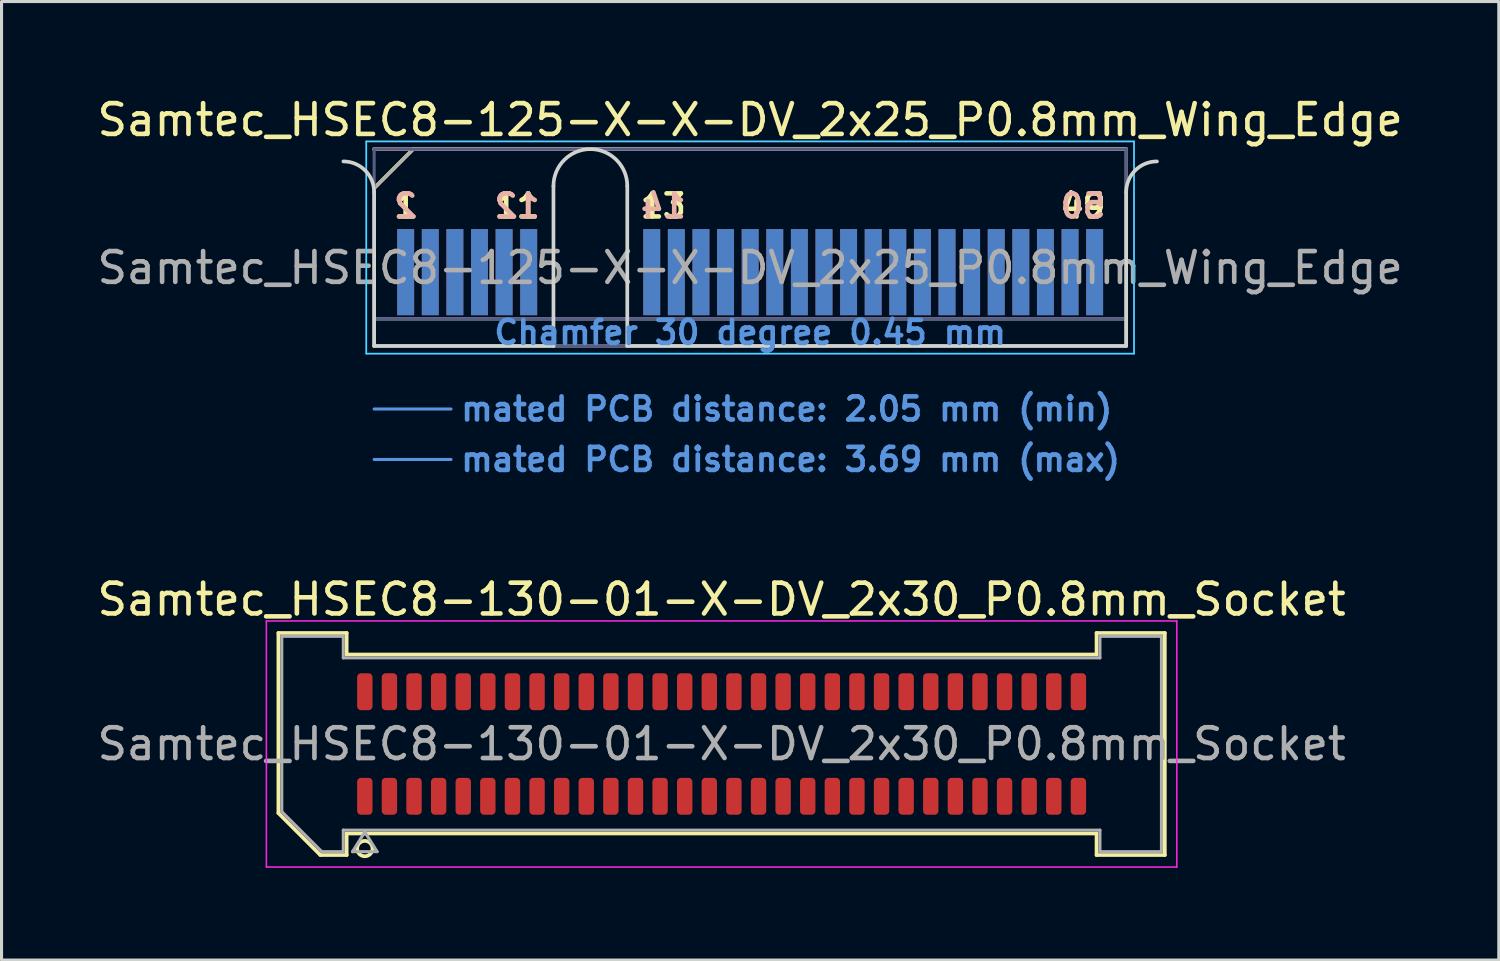
<source format=kicad_pcb>
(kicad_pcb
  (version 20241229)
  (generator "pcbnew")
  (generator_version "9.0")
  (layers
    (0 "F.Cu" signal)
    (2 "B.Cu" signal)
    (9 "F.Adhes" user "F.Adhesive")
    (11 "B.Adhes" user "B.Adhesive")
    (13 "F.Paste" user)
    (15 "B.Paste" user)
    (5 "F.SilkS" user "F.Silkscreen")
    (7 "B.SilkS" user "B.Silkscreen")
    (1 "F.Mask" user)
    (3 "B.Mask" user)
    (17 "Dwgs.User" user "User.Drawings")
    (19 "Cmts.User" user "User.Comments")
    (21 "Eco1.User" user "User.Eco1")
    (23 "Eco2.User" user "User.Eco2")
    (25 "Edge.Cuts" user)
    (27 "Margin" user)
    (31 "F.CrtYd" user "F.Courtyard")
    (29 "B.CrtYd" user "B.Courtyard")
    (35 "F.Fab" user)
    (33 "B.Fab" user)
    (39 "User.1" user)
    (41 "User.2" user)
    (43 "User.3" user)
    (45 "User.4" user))
  (footprint "Samtec_HSEC8-125-X-X-DV_2x25_P0.8mm_Wing_Edge"
    (layer "F.Cu")
    (at 21.339 8.198)
    (property "Reference" "Samtec_HSEC8-125-X-X-DV_2x25_P0.8mm_Wing_Edge" (at 0 -7.35 0) (layer "F.SilkS") (effects (font (size 1 1) (thickness 0.15))))
    (attr exclude_from_pos_files exclude_from_bom)
    (fp_line (start -12.225 -5.13) (end -10.955 -6.4) (stroke (width 0.12) (type solid)) (layer "F.SilkS"))
    (fp_line (start -10.955 -6.4) (end 12.225 -6.4) (stroke (width 0.12) (type solid)) (layer "F.SilkS"))
    (fp_line (start -12.225 -6.4) (end -12.225 -6.4) (stroke (width 0.12) (type solid)) (layer "B.SilkS"))
    (fp_line (start -12.225 -6.4) (end 12.225 -6.4) (stroke (width 0.12) (type solid)) (layer "B.SilkS"))
    (fp_line (start -12.225 2.05) (end -9.725 2.05) (stroke (width 0.1) (type solid)) (layer "Cmts.User"))
    (fp_line (start -12.225 3.69) (end -9.725 3.69) (stroke (width 0.1) (type solid)) (layer "Cmts.User"))
    (fp_line (start -12.225 -5) (end -12.225 0) (stroke (width 0.12) (type solid)) (layer "Edge.Cuts"))
    (fp_line (start -12.225 0) (end -6.395 0) (stroke (width 0.12) (type solid)) (layer "Edge.Cuts"))
    (fp_line (start -6.395 0) (end -6.395 -5.2) (stroke (width 0.12) (type solid)) (layer "Edge.Cuts"))
    (fp_line (start -3.995 -5.2) (end -3.995 0) (stroke (width 0.12) (type solid)) (layer "Edge.Cuts"))
    (fp_line (start -3.995 0) (end 12.225 0) (stroke (width 0.12) (type solid)) (layer "Edge.Cuts"))
    (fp_line (start 12.225 0) (end 12.225 -5) (stroke (width 0.12) (type solid)) (layer "Edge.Cuts"))
    (fp_arc (start -13.225 -6) (mid -12.517893 -5.707107) (end -12.225 -5) (stroke (width 0.12) (type solid)) (layer "Edge.Cuts"))
    (fp_arc (start -6.395 -5.2) (mid -5.195 -6.4) (end -3.995 -5.2) (stroke (width 0.12) (type solid)) (layer "Edge.Cuts"))
    (fp_arc (start 12.225 -5) (mid 12.517893 -5.707107) (end 13.225 -6) (stroke (width 0.12) (type solid)) (layer "Edge.Cuts"))
    (fp_line (start -12.48 -6.65) (end -12.48 0.25) (stroke (width 0.05) (type solid)) (layer "B.CrtYd"))
    (fp_line (start -12.48 0.25) (end 12.48 0.25) (stroke (width 0.05) (type solid)) (layer "B.CrtYd"))
    (fp_line (start 12.48 -6.65) (end -12.48 -6.65) (stroke (width 0.05) (type solid)) (layer "B.CrtYd"))
    (fp_line (start 12.48 0.25) (end 12.48 -6.65) (stroke (width 0.05) (type solid)) (layer "B.CrtYd"))
    (fp_line (start -12.48 -6.65) (end -12.48 0.25) (stroke (width 0.05) (type solid)) (layer "F.CrtYd"))
    (fp_line (start -12.48 0.25) (end 12.48 0.25) (stroke (width 0.05) (type solid)) (layer "F.CrtYd"))
    (fp_line (start 12.48 -6.65) (end -12.48 -6.65) (stroke (width 0.05) (type solid)) (layer "F.CrtYd"))
    (fp_line (start 12.48 0.25) (end 12.48 -6.65) (stroke (width 0.05) (type solid)) (layer "F.CrtYd"))
    (fp_line (start -12.225 -6.4) (end -12.225 -6.4) (stroke (width 0.1) (type solid)) (layer "B.Fab"))
    (fp_line (start -12.225 -6.4) (end -12.225 0) (stroke (width 0.1) (type solid)) (layer "B.Fab"))
    (fp_line (start -12.225 -6.4) (end 12.225 -6.4) (stroke (width 0.1) (type solid)) (layer "B.Fab"))
    (fp_line (start -12.225 -0.88) (end 12.225 -0.88) (stroke (width 0.1) (type solid)) (layer "B.Fab"))
    (fp_line (start -12.225 0) (end 12.225 0) (stroke (width 0.1) (type solid)) (layer "B.Fab"))
    (fp_line (start 12.225 -6.4) (end 12.225 0) (stroke (width 0.1) (type solid)) (layer "B.Fab"))
    (fp_line (start -12.225 -5.13) (end -12.225 0) (stroke (width 0.1) (type solid)) (layer "F.Fab"))
    (fp_line (start -12.225 -5.13) (end -10.955 -6.4) (stroke (width 0.1) (type solid)) (layer "F.Fab"))
    (fp_line (start -12.225 -0.88) (end 12.225 -0.88) (stroke (width 0.1) (type solid)) (layer "F.Fab"))
    (fp_line (start -12.225 0) (end 12.225 0) (stroke (width 0.1) (type solid)) (layer "F.Fab"))
    (fp_line (start -10.955 -6.4) (end 12.225 -6.4) (stroke (width 0.1) (type solid)) (layer "F.Fab"))
    (fp_line (start 12.225 -6.4) (end 12.225 0) (stroke (width 0.1) (type solid)) (layer "F.Fab"))
    (fp_text user "13" (at -2.825 -4.55 0) (layer "F.SilkS") (effects (font (size 0.75 0.75) (thickness 0.15))))
    (fp_text user "11" (at -7.575 -4.55 0) (layer "F.SilkS") (effects (font (size 0.75 0.75) (thickness 0.15))))
    (fp_text user "49" (at 10.825 -4.55 0) (layer "F.SilkS") (effects (font (size 0.75 0.75) (thickness 0.15))))
    (fp_text user "1" (at -11.2 -4.55 0) (layer "F.SilkS") (effects (font (size 0.75 0.75) (thickness 0.15))))
    (fp_text user "14" (at -2.825 -4.55 0) (layer "B.SilkS") (effects (font (size 0.75 0.75) (thickness 0.15)) (justify mirror)))
    (fp_text user "12" (at -7.575 -4.55 0) (layer "B.SilkS") (effects (font (size 0.75 0.75) (thickness 0.15)) (justify mirror)))
    (fp_text user "50" (at 10.825 -4.55 0) (layer "B.SilkS") (effects (font (size 0.75 0.75) (thickness 0.15)) (justify mirror)))
    (fp_text user "2" (at -11.2 -4.55 0) (layer "B.SilkS") (effects (font (size 0.75 0.75) (thickness 0.15)) (justify mirror)))
    (fp_text user "Chamfer 30 degree 0.45 mm" (at 0 -0.44 0) (layer "Cmts.User") (effects (font (size 0.75 0.75) (thickness 0.15))))
    (fp_text user "mated PCB distance: 3.69 mm (max)" (at -9.48 3.69 0) (layer "Cmts.User") (effects (font (size 0.75 0.75) (thickness 0.15)) (justify left)))
    (fp_text user "mated PCB distance: 2.05 mm (min)" (at -9.48 2.05 0) (layer "Cmts.User") (effects (font (size 0.75 0.75) (thickness 0.15)) (justify left)))
    (fp_text user "${REFERENCE}" (at 0 -2.54 0) (layer "F.Fab") (effects (font (size 1 1) (thickness 0.15))))
    (pad "1" connect rect (at -11.2 -2.4) (size 0.55 2.8) (layers "F.Cu" "F.Mask"))
    (pad "2" connect rect (at -11.2 -2.4) (size 0.55 2.8) (layers "B.Cu" "B.Mask"))
    (pad "3" connect rect (at -10.4 -2.4) (size 0.55 2.8) (layers "F.Cu" "F.Mask"))
    (pad "4" connect rect (at -10.4 -2.4) (size 0.55 2.8) (layers "B.Cu" "B.Mask"))
    (pad "5" connect rect (at -9.6 -2.4) (size 0.55 2.8) (layers "F.Cu" "F.Mask"))
    (pad "6" connect rect (at -9.6 -2.4) (size 0.55 2.8) (layers "B.Cu" "B.Mask"))
    (pad "7" connect rect (at -8.8 -2.4) (size 0.55 2.8) (layers "F.Cu" "F.Mask"))
    (pad "8" connect rect (at -8.8 -2.4) (size 0.55 2.8) (layers "B.Cu" "B.Mask"))
    (pad "9" connect rect (at -8 -2.4) (size 0.55 2.8) (layers "F.Cu" "F.Mask"))
    (pad "10" connect rect (at -8 -2.4) (size 0.55 2.8) (layers "B.Cu" "B.Mask"))
    (pad "11" connect rect (at -7.2 -2.4) (size 0.55 2.8) (layers "F.Cu" "F.Mask"))
    (pad "12" connect rect (at -7.2 -2.4) (size 0.55 2.8) (layers "B.Cu" "B.Mask"))
    (pad "13" connect rect (at -3.2 -2.4) (size 0.55 2.8) (layers "F.Cu" "F.Mask"))
    (pad "14" connect rect (at -3.2 -2.4) (size 0.55 2.8) (layers "B.Cu" "B.Mask"))
    (pad "15" connect rect (at -2.4 -2.4) (size 0.55 2.8) (layers "F.Cu" "F.Mask"))
    (pad "16" connect rect (at -2.4 -2.4) (size 0.55 2.8) (layers "B.Cu" "B.Mask"))
    (pad "17" connect rect (at -1.6 -2.4) (size 0.55 2.8) (layers "F.Cu" "F.Mask"))
    (pad "18" connect rect (at -1.6 -2.4) (size 0.55 2.8) (layers "B.Cu" "B.Mask"))
    (pad "19" connect rect (at -0.8 -2.4) (size 0.55 2.8) (layers "F.Cu" "F.Mask"))
    (pad "20" connect rect (at -0.8 -2.4) (size 0.55 2.8) (layers "B.Cu" "B.Mask"))
    (pad "21" connect rect (at 0 -2.4) (size 0.55 2.8) (layers "F.Cu" "F.Mask"))
    (pad "22" connect rect (at 0 -2.4) (size 0.55 2.8) (layers "B.Cu" "B.Mask"))
    (pad "23" connect rect (at 0.8 -2.4) (size 0.55 2.8) (layers "F.Cu" "F.Mask"))
    (pad "24" connect rect (at 0.8 -2.4) (size 0.55 2.8) (layers "B.Cu" "B.Mask"))
    (pad "25" connect rect (at 1.6 -2.4) (size 0.55 2.8) (layers "F.Cu" "F.Mask"))
    (pad "26" connect rect (at 1.6 -2.4) (size 0.55 2.8) (layers "B.Cu" "B.Mask"))
    (pad "27" connect rect (at 2.4 -2.4) (size 0.55 2.8) (layers "F.Cu" "F.Mask"))
    (pad "28" connect rect (at 2.4 -2.4) (size 0.55 2.8) (layers "B.Cu" "B.Mask"))
    (pad "29" connect rect (at 3.2 -2.4) (size 0.55 2.8) (layers "F.Cu" "F.Mask"))
    (pad "30" connect rect (at 3.2 -2.4) (size 0.55 2.8) (layers "B.Cu" "B.Mask"))
    (pad "31" connect rect (at 4 -2.4) (size 0.55 2.8) (layers "F.Cu" "F.Mask"))
    (pad "32" connect rect (at 4 -2.4) (size 0.55 2.8) (layers "B.Cu" "B.Mask"))
    (pad "33" connect rect (at 4.8 -2.4) (size 0.55 2.8) (layers "F.Cu" "F.Mask"))
    (pad "34" connect rect (at 4.8 -2.4) (size 0.55 2.8) (layers "B.Cu" "B.Mask"))
    (pad "35" connect rect (at 5.6 -2.4) (size 0.55 2.8) (layers "F.Cu" "F.Mask"))
    (pad "36" connect rect (at 5.6 -2.4) (size 0.55 2.8) (layers "B.Cu" "B.Mask"))
    (pad "37" connect rect (at 6.4 -2.4) (size 0.55 2.8) (layers "F.Cu" "F.Mask"))
    (pad "38" connect rect (at 6.4 -2.4) (size 0.55 2.8) (layers "B.Cu" "B.Mask"))
    (pad "39" connect rect (at 7.2 -2.4) (size 0.55 2.8) (layers "F.Cu" "F.Mask"))
    (pad "40" connect rect (at 7.2 -2.4) (size 0.55 2.8) (layers "B.Cu" "B.Mask"))
    (pad "41" connect rect (at 8 -2.4) (size 0.55 2.8) (layers "F.Cu" "F.Mask"))
    (pad "42" connect rect (at 8 -2.4) (size 0.55 2.8) (layers "B.Cu" "B.Mask"))
    (pad "43" connect rect (at 8.8 -2.4) (size 0.55 2.8) (layers "F.Cu" "F.Mask"))
    (pad "44" connect rect (at 8.8 -2.4) (size 0.55 2.8) (layers "B.Cu" "B.Mask"))
    (pad "45" connect rect (at 9.6 -2.4) (size 0.55 2.8) (layers "F.Cu" "F.Mask"))
    (pad "46" connect rect (at 9.6 -2.4) (size 0.55 2.8) (layers "B.Cu" "B.Mask"))
    (pad "47" connect rect (at 10.4 -2.4) (size 0.55 2.8) (layers "F.Cu" "F.Mask"))
    (pad "48" connect rect (at 10.4 -2.4) (size 0.55 2.8) (layers "B.Cu" "B.Mask"))
    (pad "49" connect rect (at 11.2 -2.4) (size 0.55 2.8) (layers "F.Cu" "F.Mask"))
    (pad "50" connect rect (at 11.2 -2.4) (size 0.55 2.8) (layers "B.Cu" "B.Mask")))
  (footprint "Samtec_HSEC8-130-01-X-DV_2x30_P0.8mm_Socket"
    (layer "F.Cu")
    (at 20.411 21.139)
    (property "Reference" "Samtec_HSEC8-130-01-X-DV_2x30_P0.8mm_Socket" (at 0 -4.7 0) (layer "F.SilkS") (effects (font (size 1 1) (thickness 0.15))))
    (attr smd)
    (fp_line (start -14.41 -3.61) (end -12.19 -3.61) (stroke (width 0.12) (type solid)) (layer "F.SilkS"))
    (fp_line (start -14.41 2.246) (end -14.41 -3.61) (stroke (width 0.12) (type solid)) (layer "F.SilkS"))
    (fp_line (start -13.046 3.61) (end -14.41 2.246) (stroke (width 0.12) (type solid)) (layer "F.SilkS"))
    (fp_line (start -12.19 -3.61) (end -12.19 -2.91) (stroke (width 0.12) (type solid)) (layer "F.SilkS"))
    (fp_line (start -12.19 -2.91) (end 12.19 -2.91) (stroke (width 0.12) (type solid)) (layer "F.SilkS"))
    (fp_line (start -12.19 2.91) (end -12.19 3.61) (stroke (width 0.12) (type solid)) (layer "F.SilkS"))
    (fp_line (start -12.19 3.61) (end -13.046 3.61) (stroke (width 0.12) (type solid)) (layer "F.SilkS"))
    (fp_line (start 12.19 -3.61) (end 14.41 -3.61) (stroke (width 0.12) (type solid)) (layer "F.SilkS"))
    (fp_line (start 12.19 -2.91) (end 12.19 -3.61) (stroke (width 0.12) (type solid)) (layer "F.SilkS"))
    (fp_line (start 12.19 2.91) (end -12.19 2.91) (stroke (width 0.12) (type solid)) (layer "F.SilkS"))
    (fp_line (start 12.19 3.61) (end 12.19 2.91) (stroke (width 0.12) (type solid)) (layer "F.SilkS"))
    (fp_line (start 14.41 -3.61) (end 14.41 3.61) (stroke (width 0.12) (type solid)) (layer "F.SilkS"))
    (fp_line (start 14.41 3.61) (end 12.19 3.61) (stroke (width 0.12) (type solid)) (layer "F.SilkS"))
    (fp_circle (center -11.6 3.4) (end -11.35 3.4) (stroke (width 0.12) (type solid)) (fill no) (layer "F.SilkS"))
    (fp_line (start -14.8 -4) (end -14.8 4) (stroke (width 0.05) (type solid)) (layer "F.CrtYd"))
    (fp_line (start -14.8 4) (end 14.8 4) (stroke (width 0.05) (type solid)) (layer "F.CrtYd"))
    (fp_line (start 14.8 -4) (end -14.8 -4) (stroke (width 0.05) (type solid)) (layer "F.CrtYd"))
    (fp_line (start 14.8 4) (end 14.8 -4) (stroke (width 0.05) (type solid)) (layer "F.CrtYd"))
    (fp_line (start -14.3 -3.5) (end -12.3 -3.5) (stroke (width 0.1) (type solid)) (layer "F.Fab"))
    (fp_line (start -14.3 2.2) (end -14.3 -3.5) (stroke (width 0.1) (type solid)) (layer "F.Fab"))
    (fp_line (start -13 3.5) (end -14.3 2.2) (stroke (width 0.1) (type solid)) (layer "F.Fab"))
    (fp_line (start -12.3 -3.5) (end -12.3 -2.8) (stroke (width 0.1) (type solid)) (layer "F.Fab"))
    (fp_line (start -12.3 -2.8) (end 12.3 -2.8) (stroke (width 0.1) (type solid)) (layer "F.Fab"))
    (fp_line (start -12.3 2.8) (end -12.3 3.5) (stroke (width 0.1) (type solid)) (layer "F.Fab"))
    (fp_line (start -12.3 3.5) (end -13 3.5) (stroke (width 0.1) (type solid)) (layer "F.Fab"))
    (fp_line (start -12 3.5) (end -11.6 2.86) (stroke (width 0.1) (type solid)) (layer "F.Fab"))
    (fp_line (start -11.6 2.86) (end -11.2 3.5) (stroke (width 0.1) (type solid)) (layer "F.Fab"))
    (fp_line (start -11.2 3.5) (end -12 3.5) (stroke (width 0.1) (type solid)) (layer "F.Fab"))
    (fp_line (start 12.3 -3.5) (end 14.3 -3.5) (stroke (width 0.1) (type solid)) (layer "F.Fab"))
    (fp_line (start 12.3 -2.8) (end 12.3 -3.5) (stroke (width 0.1) (type solid)) (layer "F.Fab"))
    (fp_line (start 12.3 2.8) (end -12.3 2.8) (stroke (width 0.1) (type solid)) (layer "F.Fab"))
    (fp_line (start 12.3 3.5) (end 12.3 2.8) (stroke (width 0.1) (type solid)) (layer "F.Fab"))
    (fp_line (start 14.3 -3.5) (end 14.3 3.5) (stroke (width 0.1) (type solid)) (layer "F.Fab"))
    (fp_line (start 14.3 3.5) (end 12.3 3.5) (stroke (width 0.1) (type solid)) (layer "F.Fab"))
    (fp_text user "${REFERENCE}" (at 0 0 0) (layer "F.Fab") (effects (font (size 1 1) (thickness 0.15))))
    (pad "1" smd roundrect (at -11.6 1.7) (size 0.5 1.2) (layers "F.Cu" "F.Mask" "F.Paste") (roundrect_rratio 0.25))
    (pad "2" smd roundrect (at -11.6 -1.7) (size 0.5 1.2) (layers "F.Cu" "F.Mask" "F.Paste") (roundrect_rratio 0.25))
    (pad "3" smd roundrect (at -10.8 1.7) (size 0.5 1.2) (layers "F.Cu" "F.Mask" "F.Paste") (roundrect_rratio 0.25))
    (pad "4" smd roundrect (at -10.8 -1.7) (size 0.5 1.2) (layers "F.Cu" "F.Mask" "F.Paste") (roundrect_rratio 0.25))
    (pad "5" smd roundrect (at -10 1.7) (size 0.5 1.2) (layers "F.Cu" "F.Mask" "F.Paste") (roundrect_rratio 0.25))
    (pad "6" smd roundrect (at -10 -1.7) (size 0.5 1.2) (layers "F.Cu" "F.Mask" "F.Paste") (roundrect_rratio 0.25))
    (pad "7" smd roundrect (at -9.2 1.7) (size 0.5 1.2) (layers "F.Cu" "F.Mask" "F.Paste") (roundrect_rratio 0.25))
    (pad "8" smd roundrect (at -9.2 -1.7) (size 0.5 1.2) (layers "F.Cu" "F.Mask" "F.Paste") (roundrect_rratio 0.25))
    (pad "9" smd roundrect (at -8.4 1.7) (size 0.5 1.2) (layers "F.Cu" "F.Mask" "F.Paste") (roundrect_rratio 0.25))
    (pad "10" smd roundrect (at -8.4 -1.7) (size 0.5 1.2) (layers "F.Cu" "F.Mask" "F.Paste") (roundrect_rratio 0.25))
    (pad "11" smd roundrect (at -7.6 1.7) (size 0.5 1.2) (layers "F.Cu" "F.Mask" "F.Paste") (roundrect_rratio 0.25))
    (pad "12" smd roundrect (at -7.6 -1.7) (size 0.5 1.2) (layers "F.Cu" "F.Mask" "F.Paste") (roundrect_rratio 0.25))
    (pad "13" smd roundrect (at -6.8 1.7) (size 0.5 1.2) (layers "F.Cu" "F.Mask" "F.Paste") (roundrect_rratio 0.25))
    (pad "14" smd roundrect (at -6.8 -1.7) (size 0.5 1.2) (layers "F.Cu" "F.Mask" "F.Paste") (roundrect_rratio 0.25))
    (pad "15" smd roundrect (at -6 1.7) (size 0.5 1.2) (layers "F.Cu" "F.Mask" "F.Paste") (roundrect_rratio 0.25))
    (pad "16" smd roundrect (at -6 -1.7) (size 0.5 1.2) (layers "F.Cu" "F.Mask" "F.Paste") (roundrect_rratio 0.25))
    (pad "17" smd roundrect (at -5.2 1.7) (size 0.5 1.2) (layers "F.Cu" "F.Mask" "F.Paste") (roundrect_rratio 0.25))
    (pad "18" smd roundrect (at -5.2 -1.7) (size 0.5 1.2) (layers "F.Cu" "F.Mask" "F.Paste") (roundrect_rratio 0.25))
    (pad "19" smd roundrect (at -4.4 1.7) (size 0.5 1.2) (layers "F.Cu" "F.Mask" "F.Paste") (roundrect_rratio 0.25))
    (pad "20" smd roundrect (at -4.4 -1.7) (size 0.5 1.2) (layers "F.Cu" "F.Mask" "F.Paste") (roundrect_rratio 0.25))
    (pad "21" smd roundrect (at -3.6 1.7) (size 0.5 1.2) (layers "F.Cu" "F.Mask" "F.Paste") (roundrect_rratio 0.25))
    (pad "22" smd roundrect (at -3.6 -1.7) (size 0.5 1.2) (layers "F.Cu" "F.Mask" "F.Paste") (roundrect_rratio 0.25))
    (pad "23" smd roundrect (at -2.8 1.7) (size 0.5 1.2) (layers "F.Cu" "F.Mask" "F.Paste") (roundrect_rratio 0.25))
    (pad "24" smd roundrect (at -2.8 -1.7) (size 0.5 1.2) (layers "F.Cu" "F.Mask" "F.Paste") (roundrect_rratio 0.25))
    (pad "25" smd roundrect (at -2 1.7) (size 0.5 1.2) (layers "F.Cu" "F.Mask" "F.Paste") (roundrect_rratio 0.25))
    (pad "26" smd roundrect (at -2 -1.7) (size 0.5 1.2) (layers "F.Cu" "F.Mask" "F.Paste") (roundrect_rratio 0.25))
    (pad "27" smd roundrect (at -1.2 1.7) (size 0.5 1.2) (layers "F.Cu" "F.Mask" "F.Paste") (roundrect_rratio 0.25))
    (pad "28" smd roundrect (at -1.2 -1.7) (size 0.5 1.2) (layers "F.Cu" "F.Mask" "F.Paste") (roundrect_rratio 0.25))
    (pad "29" smd roundrect (at -0.4 1.7) (size 0.5 1.2) (layers "F.Cu" "F.Mask" "F.Paste") (roundrect_rratio 0.25))
    (pad "30" smd roundrect (at -0.4 -1.7) (size 0.5 1.2) (layers "F.Cu" "F.Mask" "F.Paste") (roundrect_rratio 0.25))
    (pad "31" smd roundrect (at 0.4 1.7) (size 0.5 1.2) (layers "F.Cu" "F.Mask" "F.Paste") (roundrect_rratio 0.25))
    (pad "32" smd roundrect (at 0.4 -1.7) (size 0.5 1.2) (layers "F.Cu" "F.Mask" "F.Paste") (roundrect_rratio 0.25))
    (pad "33" smd roundrect (at 1.2 1.7) (size 0.5 1.2) (layers "F.Cu" "F.Mask" "F.Paste") (roundrect_rratio 0.25))
    (pad "34" smd roundrect (at 1.2 -1.7) (size 0.5 1.2) (layers "F.Cu" "F.Mask" "F.Paste") (roundrect_rratio 0.25))
    (pad "35" smd roundrect (at 2 1.7) (size 0.5 1.2) (layers "F.Cu" "F.Mask" "F.Paste") (roundrect_rratio 0.25))
    (pad "36" smd roundrect (at 2 -1.7) (size 0.5 1.2) (layers "F.Cu" "F.Mask" "F.Paste") (roundrect_rratio 0.25))
    (pad "37" smd roundrect (at 2.8 1.7) (size 0.5 1.2) (layers "F.Cu" "F.Mask" "F.Paste") (roundrect_rratio 0.25))
    (pad "38" smd roundrect (at 2.8 -1.7) (size 0.5 1.2) (layers "F.Cu" "F.Mask" "F.Paste") (roundrect_rratio 0.25))
    (pad "39" smd roundrect (at 3.6 1.7) (size 0.5 1.2) (layers "F.Cu" "F.Mask" "F.Paste") (roundrect_rratio 0.25))
    (pad "40" smd roundrect (at 3.6 -1.7) (size 0.5 1.2) (layers "F.Cu" "F.Mask" "F.Paste") (roundrect_rratio 0.25))
    (pad "41" smd roundrect (at 4.4 1.7) (size 0.5 1.2) (layers "F.Cu" "F.Mask" "F.Paste") (roundrect_rratio 0.25))
    (pad "42" smd roundrect (at 4.4 -1.7) (size 0.5 1.2) (layers "F.Cu" "F.Mask" "F.Paste") (roundrect_rratio 0.25))
    (pad "43" smd roundrect (at 5.2 1.7) (size 0.5 1.2) (layers "F.Cu" "F.Mask" "F.Paste") (roundrect_rratio 0.25))
    (pad "44" smd roundrect (at 5.2 -1.7) (size 0.5 1.2) (layers "F.Cu" "F.Mask" "F.Paste") (roundrect_rratio 0.25))
    (pad "45" smd roundrect (at 6 1.7) (size 0.5 1.2) (layers "F.Cu" "F.Mask" "F.Paste") (roundrect_rratio 0.25))
    (pad "46" smd roundrect (at 6 -1.7) (size 0.5 1.2) (layers "F.Cu" "F.Mask" "F.Paste") (roundrect_rratio 0.25))
    (pad "47" smd roundrect (at 6.8 1.7) (size 0.5 1.2) (layers "F.Cu" "F.Mask" "F.Paste") (roundrect_rratio 0.25))
    (pad "48" smd roundrect (at 6.8 -1.7) (size 0.5 1.2) (layers "F.Cu" "F.Mask" "F.Paste") (roundrect_rratio 0.25))
    (pad "49" smd roundrect (at 7.6 1.7) (size 0.5 1.2) (layers "F.Cu" "F.Mask" "F.Paste") (roundrect_rratio 0.25))
    (pad "50" smd roundrect (at 7.6 -1.7) (size 0.5 1.2) (layers "F.Cu" "F.Mask" "F.Paste") (roundrect_rratio 0.25))
    (pad "51" smd roundrect (at 8.4 1.7) (size 0.5 1.2) (layers "F.Cu" "F.Mask" "F.Paste") (roundrect_rratio 0.25))
    (pad "52" smd roundrect (at 8.4 -1.7) (size 0.5 1.2) (layers "F.Cu" "F.Mask" "F.Paste") (roundrect_rratio 0.25))
    (pad "53" smd roundrect (at 9.2 1.7) (size 0.5 1.2) (layers "F.Cu" "F.Mask" "F.Paste") (roundrect_rratio 0.25))
    (pad "54" smd roundrect (at 9.2 -1.7) (size 0.5 1.2) (layers "F.Cu" "F.Mask" "F.Paste") (roundrect_rratio 0.25))
    (pad "55" smd roundrect (at 10 1.7) (size 0.5 1.2) (layers "F.Cu" "F.Mask" "F.Paste") (roundrect_rratio 0.25))
    (pad "56" smd roundrect (at 10 -1.7) (size 0.5 1.2) (layers "F.Cu" "F.Mask" "F.Paste") (roundrect_rratio 0.25))
    (pad "57" smd roundrect (at 10.8 1.7) (size 0.5 1.2) (layers "F.Cu" "F.Mask" "F.Paste") (roundrect_rratio 0.25))
    (pad "58" smd roundrect (at 10.8 -1.7) (size 0.5 1.2) (layers "F.Cu" "F.Mask" "F.Paste") (roundrect_rratio 0.25))
    (pad "59" smd roundrect (at 11.6 1.7) (size 0.5 1.2) (layers "F.Cu" "F.Mask" "F.Paste") (roundrect_rratio 0.25))
    (pad "60" smd roundrect (at 11.6 -1.7) (size 0.5 1.2) (layers "F.Cu" "F.Mask" "F.Paste") (roundrect_rratio 0.25)))
  (gr_rect
    (start -3 -3)
    (end 45.679 28.163)
    (stroke (width 0.1) (type default))
    (fill no)
    (layer "Edge.Cuts")))
</source>
